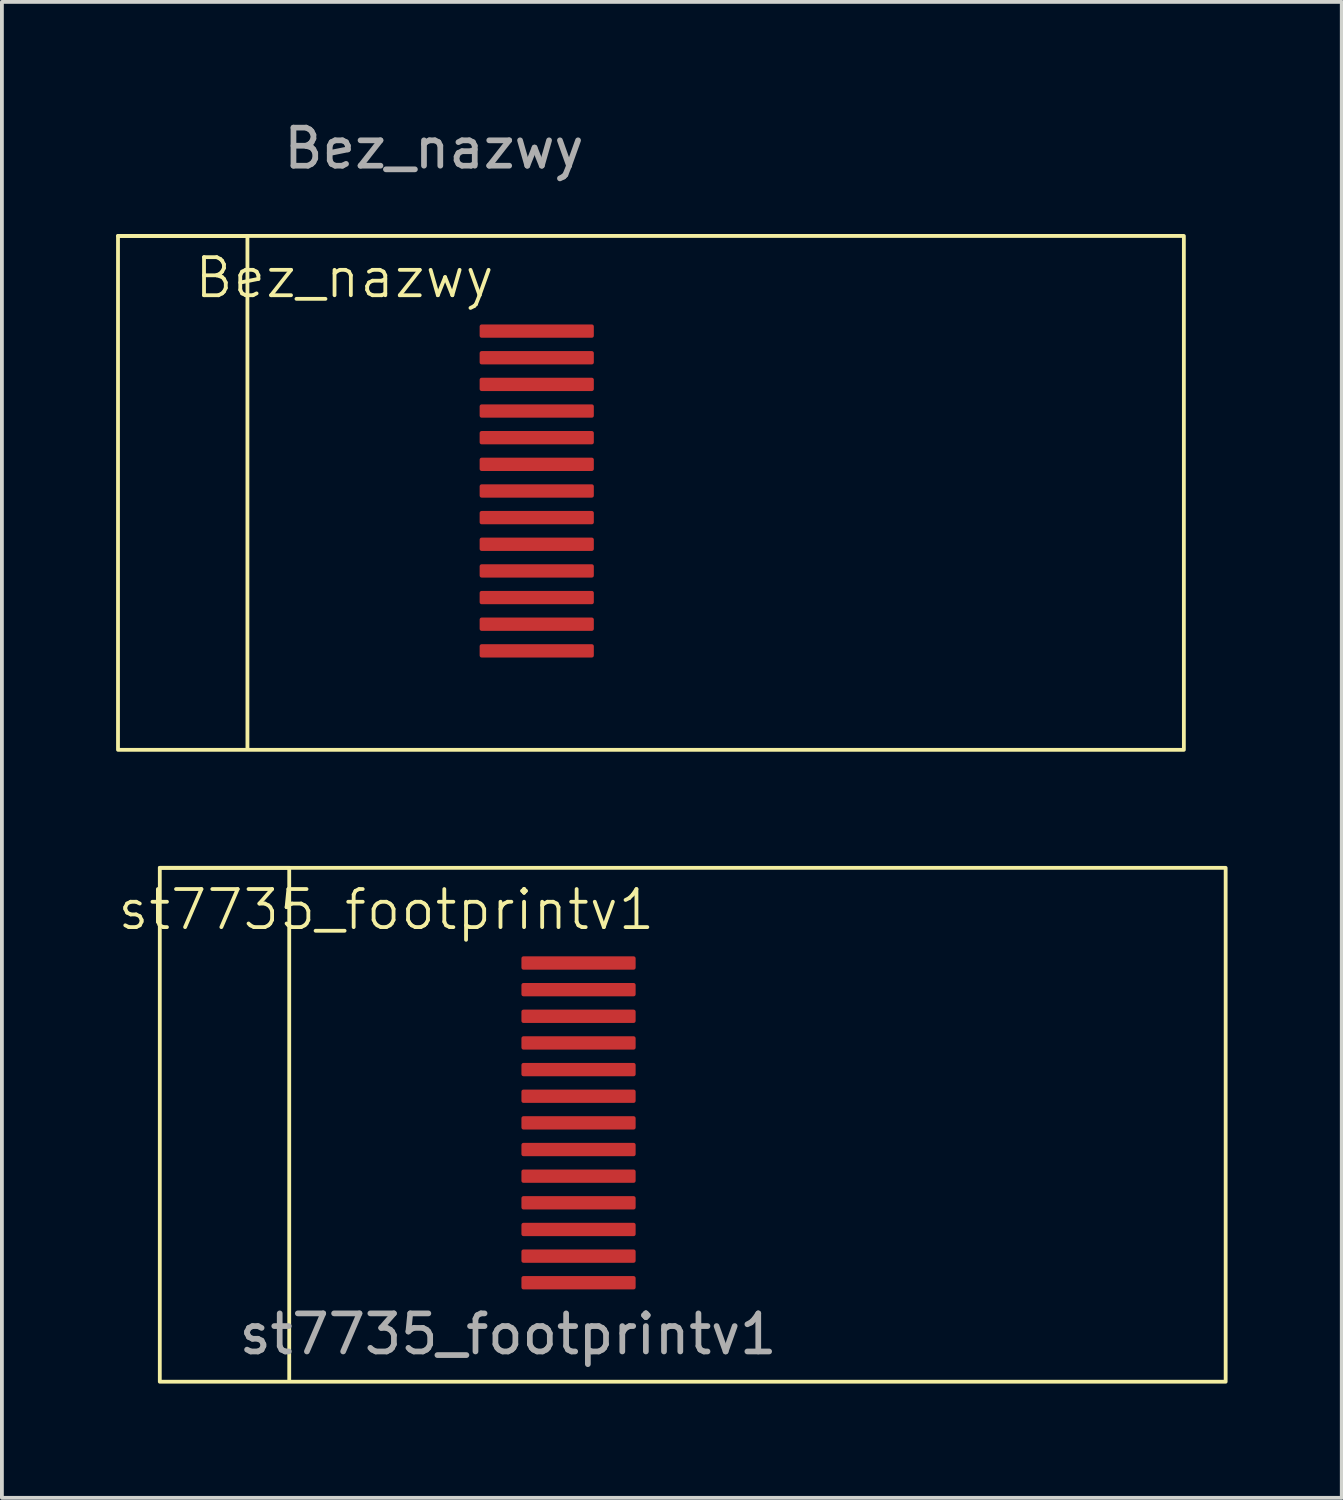
<source format=kicad_pcb>
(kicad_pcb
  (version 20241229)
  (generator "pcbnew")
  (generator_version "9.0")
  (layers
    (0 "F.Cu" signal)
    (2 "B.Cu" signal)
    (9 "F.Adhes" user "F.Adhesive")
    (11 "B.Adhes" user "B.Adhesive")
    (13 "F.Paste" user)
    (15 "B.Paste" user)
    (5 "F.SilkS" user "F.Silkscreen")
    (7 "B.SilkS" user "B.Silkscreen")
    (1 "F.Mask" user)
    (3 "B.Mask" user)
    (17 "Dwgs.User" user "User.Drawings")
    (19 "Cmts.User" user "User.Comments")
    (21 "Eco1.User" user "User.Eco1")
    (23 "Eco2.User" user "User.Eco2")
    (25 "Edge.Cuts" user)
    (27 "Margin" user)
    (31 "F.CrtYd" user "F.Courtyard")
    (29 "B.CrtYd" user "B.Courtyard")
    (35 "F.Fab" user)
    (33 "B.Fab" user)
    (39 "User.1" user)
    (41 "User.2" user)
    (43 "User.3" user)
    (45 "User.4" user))
  (footprint "Bez_nazwy"
    (layer "F.Cu")
    (at 10.05 8.198)
    (property "Reference" "Bez_nazwy" (at -4.05 -3.95 0) (unlocked yes) (layer "F.SilkS") (effects (font (size 1 1) (thickness 0.1))))
    (attr smd)
    (fp_line (start -10 -5.05) (end -6.6 -5.05) (stroke (width 0.1) (type default)) (layer "F.SilkS"))
    (fp_line (start -6.6 -5.05) (end -6.6 8.4) (stroke (width 0.1) (type default)) (layer "F.SilkS"))
    (fp_rect (start -10 -5.05) (end 18 8.45) (stroke (width 0.1) (type default)) (fill no) (layer "F.SilkS"))
    (fp_text user "${REFERENCE}" (at -1.7 -7.35 0) (unlocked yes) (layer "F.Fab") (effects (font (size 1 1) (thickness 0.15))))
    (pad "1" smd roundrect (at 1 5.85) (size 3 0.35) (layers "F.Cu" "F.Mask" "F.Paste") (roundrect_rratio 0.15))
    (pad "2" smd roundrect (at 1 5.15) (size 3 0.35) (layers "F.Cu" "F.Mask" "F.Paste") (roundrect_rratio 0.15))
    (pad "3" smd roundrect (at 1 4.45) (size 3 0.35) (layers "F.Cu" "F.Mask" "F.Paste") (roundrect_rratio 0.15))
    (pad "4" smd roundrect (at 1 3.75) (size 3 0.35) (layers "F.Cu" "F.Mask" "F.Paste") (roundrect_rratio 0.15))
    (pad "5" smd roundrect (at 1 3.05) (size 3 0.35) (layers "F.Cu" "F.Mask" "F.Paste") (roundrect_rratio 0.15))
    (pad "6" smd roundrect (at 1 2.35) (size 3 0.35) (layers "F.Cu" "F.Mask" "F.Paste") (roundrect_rratio 0.15))
    (pad "7" smd roundrect (at 1 1.65) (size 3 0.35) (layers "F.Cu" "F.Mask" "F.Paste") (roundrect_rratio 0.15))
    (pad "8" smd roundrect (at 1 0.95) (size 3 0.35) (layers "F.Cu" "F.Mask" "F.Paste") (roundrect_rratio 0.15))
    (pad "9" smd roundrect (at 1 0.25) (size 3 0.35) (layers "F.Cu" "F.Mask" "F.Paste") (roundrect_rratio 0.15))
    (pad "10" smd roundrect (at 1 -0.45) (size 3 0.35) (layers "F.Cu" "F.Mask" "F.Paste") (roundrect_rratio 0.15))
    (pad "11" smd roundrect (at 1 -1.15) (size 3 0.35) (layers "F.Cu" "F.Mask" "F.Paste") (roundrect_rratio 0.15))
    (pad "12" smd roundrect (at 1 -1.85) (size 3 0.35) (layers "F.Cu" "F.Mask" "F.Paste") (roundrect_rratio 0.15))
    (pad "13" smd roundrect (at 1 -2.55) (size 3 0.35) (layers "F.Cu" "F.Mask" "F.Paste") (roundrect_rratio 0.15)))
  (footprint "st7735_footprintv1"
    (layer "F.Cu")
    (at 11.148 24.798)
    (property "Reference" "st7735_footprintv1" (at -4.05 -3.95 0) (unlocked yes) (layer "F.SilkS") (effects (font (size 1 1) (thickness 0.1))))
    (attr smd)
    (fp_line (start -10 -5.05) (end -6.6 -5.05) (stroke (width 0.1) (type default)) (layer "F.SilkS"))
    (fp_line (start -6.6 -5.05) (end -6.6 8.4) (stroke (width 0.1) (type default)) (layer "F.SilkS"))
    (fp_rect (start -10 -5.05) (end 18 8.45) (stroke (width 0.1) (type default)) (fill no) (layer "F.SilkS"))
    (fp_text user "${REFERENCE}" (at -0.85 7.2 0) (unlocked yes) (layer "F.Fab") (effects (font (size 1 1) (thickness 0.15))))
    (pad "1" smd roundrect (at 1 5.85) (size 3 0.35) (layers "F.Cu" "F.Mask" "F.Paste") (roundrect_rratio 0.15))
    (pad "2" smd roundrect (at 1 5.15) (size 3 0.35) (layers "F.Cu" "F.Mask" "F.Paste") (roundrect_rratio 0.15))
    (pad "3" smd roundrect (at 1 4.45) (size 3 0.35) (layers "F.Cu" "F.Mask" "F.Paste") (roundrect_rratio 0.15))
    (pad "4" smd roundrect (at 1 3.75) (size 3 0.35) (layers "F.Cu" "F.Mask" "F.Paste") (roundrect_rratio 0.15))
    (pad "5" smd roundrect (at 1 3.05) (size 3 0.35) (layers "F.Cu" "F.Mask" "F.Paste") (roundrect_rratio 0.15))
    (pad "6" smd roundrect (at 1 2.35) (size 3 0.35) (layers "F.Cu" "F.Mask" "F.Paste") (roundrect_rratio 0.15))
    (pad "7" smd roundrect (at 1 1.65) (size 3 0.35) (layers "F.Cu" "F.Mask" "F.Paste") (roundrect_rratio 0.15))
    (pad "8" smd roundrect (at 1 0.95) (size 3 0.35) (layers "F.Cu" "F.Mask" "F.Paste") (roundrect_rratio 0.15))
    (pad "9" smd roundrect (at 1 0.25) (size 3 0.35) (layers "F.Cu" "F.Mask" "F.Paste") (roundrect_rratio 0.15))
    (pad "10" smd roundrect (at 1 -0.45) (size 3 0.35) (layers "F.Cu" "F.Mask" "F.Paste") (roundrect_rratio 0.15))
    (pad "11" smd roundrect (at 1 -1.15) (size 3 0.35) (layers "F.Cu" "F.Mask" "F.Paste") (roundrect_rratio 0.15))
    (pad "12" smd roundrect (at 1 -1.85) (size 3 0.35) (layers "F.Cu" "F.Mask" "F.Paste") (roundrect_rratio 0.15))
    (pad "13" smd roundrect (at 1 -2.55) (size 3 0.35) (layers "F.Cu" "F.Mask" "F.Paste") (roundrect_rratio 0.15)))
  (gr_rect
    (start -3 -3)
    (end 32.198 36.298)
    (stroke (width 0.1) (type default))
    (fill no)
    (layer "Edge.Cuts")))
</source>
